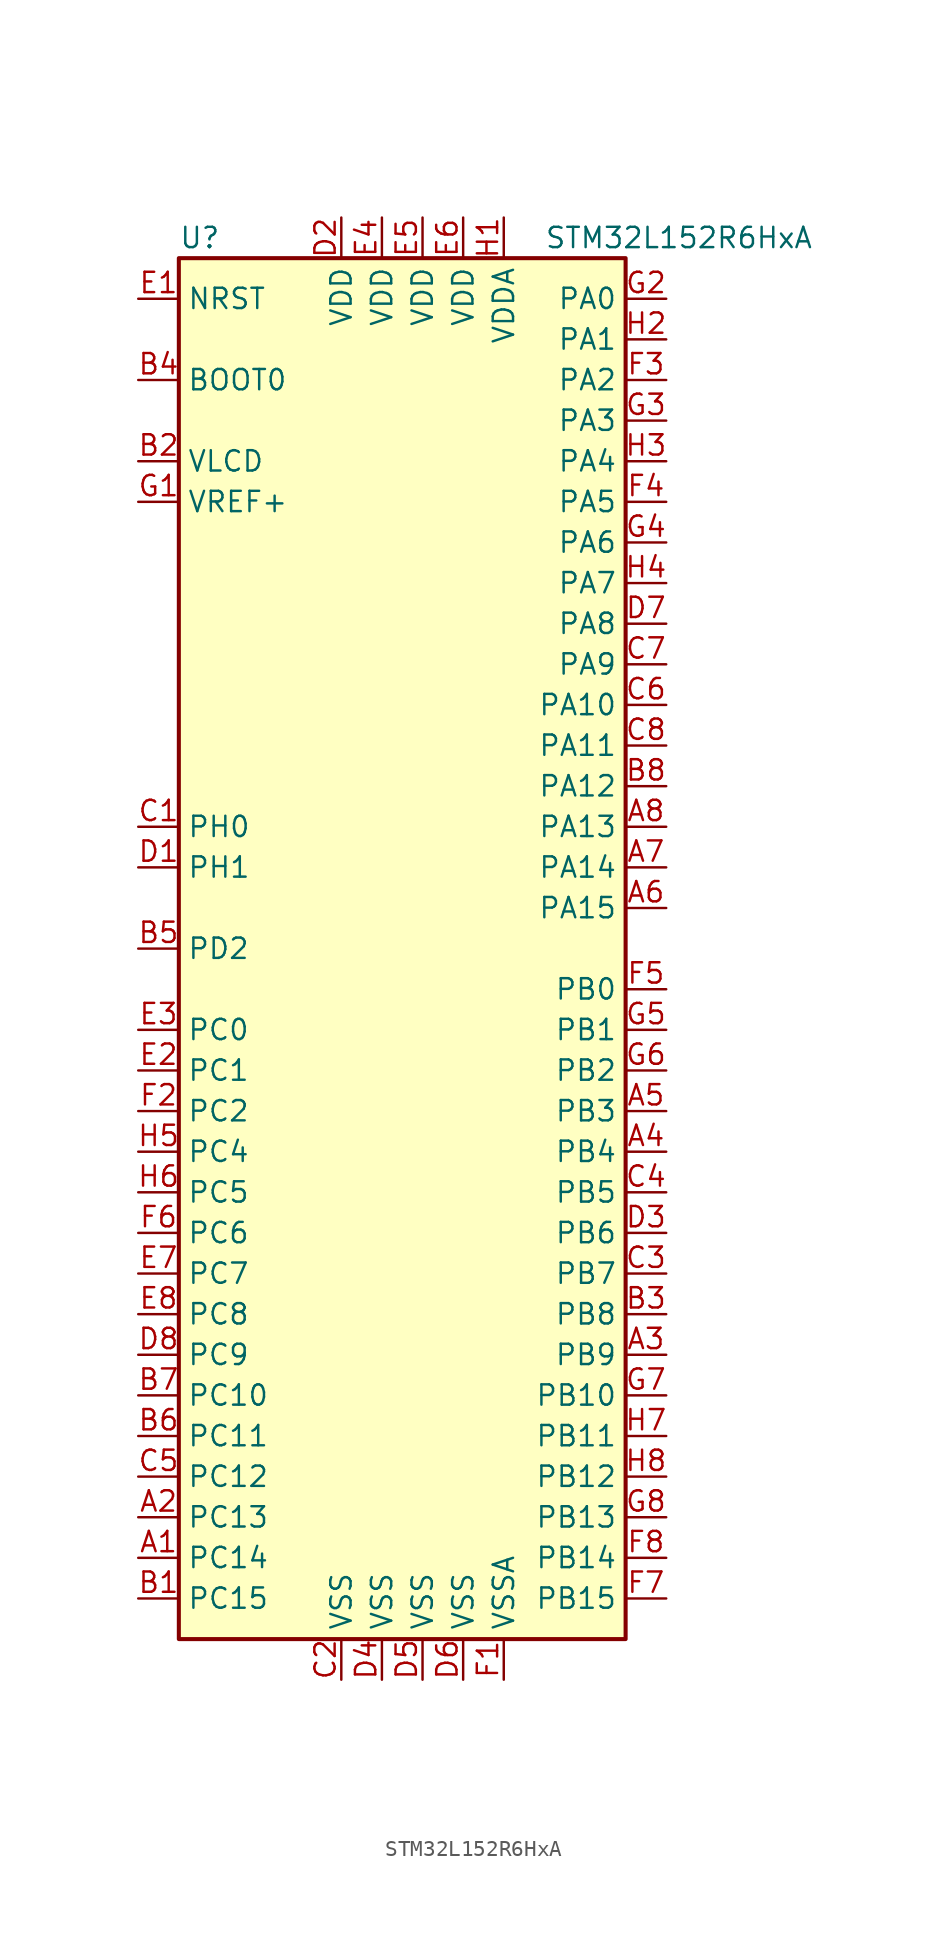
<source format=kicad_sym>
(kicad_symbol_lib
  (version 20201005)
  (generator kicad_symbol_editor)
  (symbol "STM32L152R6HxA"
    (property "Reference" "U"
      (at -15.24 44.45 0)
      (effects (font (size 1.27 1.27)) (justify left)))
    (property "Value" "STM32L152R6HxA"
      (at 7.62 44.45 0)
      (effects (font (size 1.27 1.27)) (justify left)))
    (symbol "STM32L152R6HxA_0_1"
      (rectangle (start -15.24 -43.18) (end 12.7 43.18) (stroke (width 0.254)) (fill (type background))))
    (symbol "STM32L152R6HxA_1_1"
      (pin bidirectional line (at -17.78 -38.1 0) (length 2.54) (name "PC14" (effects (font (size 1.27 1.27)))) (number "A1" (effects (font (size 1.27 1.27)))))
      (pin bidirectional line (at -17.78 -35.56 0) (length 2.54) (name "PC13" (effects (font (size 1.27 1.27)))) (number "A2" (effects (font (size 1.27 1.27)))))
      (pin bidirectional line (at 15.24 -25.4 180) (length 2.54) (name "PB9" (effects (font (size 1.27 1.27)))) (number "A3" (effects (font (size 1.27 1.27)))))
      (pin bidirectional line (at 15.24 -12.7 180) (length 2.54) (name "PB4" (effects (font (size 1.27 1.27)))) (number "A4" (effects (font (size 1.27 1.27)))))
      (pin bidirectional line (at 15.24 -10.16 180) (length 2.54) (name "PB3" (effects (font (size 1.27 1.27)))) (number "A5" (effects (font (size 1.27 1.27)))))
      (pin bidirectional line (at 15.24 2.54 180) (length 2.54) (name "PA15" (effects (font (size 1.27 1.27)))) (number "A6" (effects (font (size 1.27 1.27)))))
      (pin bidirectional line (at 15.24 5.08 180) (length 2.54) (name "PA14" (effects (font (size 1.27 1.27)))) (number "A7" (effects (font (size 1.27 1.27)))))
      (pin bidirectional line (at 15.24 7.62 180) (length 2.54) (name "PA13" (effects (font (size 1.27 1.27)))) (number "A8" (effects (font (size 1.27 1.27)))))
      (pin bidirectional line (at -17.78 -40.64 0) (length 2.54) (name "PC15" (effects (font (size 1.27 1.27)))) (number "B1" (effects (font (size 1.27 1.27)))))
      (pin power_in line (at -17.78 30.48 0) (length 2.54) (name "VLCD" (effects (font (size 1.27 1.27)))) (number "B2" (effects (font (size 1.27 1.27)))))
      (pin bidirectional line (at 15.24 -22.86 180) (length 2.54) (name "PB8" (effects (font (size 1.27 1.27)))) (number "B3" (effects (font (size 1.27 1.27)))))
      (pin input line (at -17.78 35.56 0) (length 2.54) (name "BOOT0" (effects (font (size 1.27 1.27)))) (number "B4" (effects (font (size 1.27 1.27)))))
      (pin bidirectional line (at -17.78 0 0) (length 2.54) (name "PD2" (effects (font (size 1.27 1.27)))) (number "B5" (effects (font (size 1.27 1.27)))))
      (pin bidirectional line (at -17.78 -30.48 0) (length 2.54) (name "PC11" (effects (font (size 1.27 1.27)))) (number "B6" (effects (font (size 1.27 1.27)))))
      (pin bidirectional line (at -17.78 -27.94 0) (length 2.54) (name "PC10" (effects (font (size 1.27 1.27)))) (number "B7" (effects (font (size 1.27 1.27)))))
      (pin bidirectional line (at 15.24 10.16 180) (length 2.54) (name "PA12" (effects (font (size 1.27 1.27)))) (number "B8" (effects (font (size 1.27 1.27)))))
      (pin input line (at -17.78 7.62 0) (length 2.54) (name "PH0" (effects (font (size 1.27 1.27)))) (number "C1" (effects (font (size 1.27 1.27)))))
      (pin power_in line (at -5.08 -45.72 90) (length 2.54) (name "VSS" (effects (font (size 1.27 1.27)))) (number "C2" (effects (font (size 1.27 1.27)))))
      (pin bidirectional line (at 15.24 -20.32 180) (length 2.54) (name "PB7" (effects (font (size 1.27 1.27)))) (number "C3" (effects (font (size 1.27 1.27)))))
      (pin bidirectional line (at 15.24 -15.24 180) (length 2.54) (name "PB5" (effects (font (size 1.27 1.27)))) (number "C4" (effects (font (size 1.27 1.27)))))
      (pin bidirectional line (at -17.78 -33.02 0) (length 2.54) (name "PC12" (effects (font (size 1.27 1.27)))) (number "C5" (effects (font (size 1.27 1.27)))))
      (pin bidirectional line (at 15.24 15.24 180) (length 2.54) (name "PA10" (effects (font (size 1.27 1.27)))) (number "C6" (effects (font (size 1.27 1.27)))))
      (pin bidirectional line (at 15.24 17.78 180) (length 2.54) (name "PA9" (effects (font (size 1.27 1.27)))) (number "C7" (effects (font (size 1.27 1.27)))))
      (pin bidirectional line (at 15.24 12.7 180) (length 2.54) (name "PA11" (effects (font (size 1.27 1.27)))) (number "C8" (effects (font (size 1.27 1.27)))))
      (pin input line (at -17.78 5.08 0) (length 2.54) (name "PH1" (effects (font (size 1.27 1.27)))) (number "D1" (effects (font (size 1.27 1.27)))))
      (pin power_in line (at -5.08 45.72 270) (length 2.54) (name "VDD" (effects (font (size 1.27 1.27)))) (number "D2" (effects (font (size 1.27 1.27)))))
      (pin bidirectional line (at 15.24 -17.78 180) (length 2.54) (name "PB6" (effects (font (size 1.27 1.27)))) (number "D3" (effects (font (size 1.27 1.27)))))
      (pin power_in line (at -2.54 -45.72 90) (length 2.54) (name "VSS" (effects (font (size 1.27 1.27)))) (number "D4" (effects (font (size 1.27 1.27)))))
      (pin power_in line (at 0 -45.72 90) (length 2.54) (name "VSS" (effects (font (size 1.27 1.27)))) (number "D5" (effects (font (size 1.27 1.27)))))
      (pin power_in line (at 2.54 -45.72 90) (length 2.54) (name "VSS" (effects (font (size 1.27 1.27)))) (number "D6" (effects (font (size 1.27 1.27)))))
      (pin bidirectional line (at 15.24 20.32 180) (length 2.54) (name "PA8" (effects (font (size 1.27 1.27)))) (number "D7" (effects (font (size 1.27 1.27)))))
      (pin bidirectional line (at -17.78 -25.4 0) (length 2.54) (name "PC9" (effects (font (size 1.27 1.27)))) (number "D8" (effects (font (size 1.27 1.27)))))
      (pin input line (at -17.78 40.64 0) (length 2.54) (name "NRST" (effects (font (size 1.27 1.27)))) (number "E1" (effects (font (size 1.27 1.27)))))
      (pin bidirectional line (at -17.78 -7.62 0) (length 2.54) (name "PC1" (effects (font (size 1.27 1.27)))) (number "E2" (effects (font (size 1.27 1.27)))))
      (pin bidirectional line (at -17.78 -5.08 0) (length 2.54) (name "PC0" (effects (font (size 1.27 1.27)))) (number "E3" (effects (font (size 1.27 1.27)))))
      (pin power_in line (at -2.54 45.72 270) (length 2.54) (name "VDD" (effects (font (size 1.27 1.27)))) (number "E4" (effects (font (size 1.27 1.27)))))
      (pin power_in line (at 0 45.72 270) (length 2.54) (name "VDD" (effects (font (size 1.27 1.27)))) (number "E5" (effects (font (size 1.27 1.27)))))
      (pin power_in line (at 2.54 45.72 270) (length 2.54) (name "VDD" (effects (font (size 1.27 1.27)))) (number "E6" (effects (font (size 1.27 1.27)))))
      (pin bidirectional line (at -17.78 -20.32 0) (length 2.54) (name "PC7" (effects (font (size 1.27 1.27)))) (number "E7" (effects (font (size 1.27 1.27)))))
      (pin bidirectional line (at -17.78 -22.86 0) (length 2.54) (name "PC8" (effects (font (size 1.27 1.27)))) (number "E8" (effects (font (size 1.27 1.27)))))
      (pin power_in line (at 5.08 -45.72 90) (length 2.54) (name "VSSA" (effects (font (size 1.27 1.27)))) (number "F1" (effects (font (size 1.27 1.27)))))
      (pin bidirectional line (at -17.78 -10.16 0) (length 2.54) (name "PC2" (effects (font (size 1.27 1.27)))) (number "F2" (effects (font (size 1.27 1.27)))))
      (pin bidirectional line (at 15.24 35.56 180) (length 2.54) (name "PA2" (effects (font (size 1.27 1.27)))) (number "F3" (effects (font (size 1.27 1.27)))))
      (pin bidirectional line (at 15.24 27.94 180) (length 2.54) (name "PA5" (effects (font (size 1.27 1.27)))) (number "F4" (effects (font (size 1.27 1.27)))))
      (pin bidirectional line (at 15.24 -2.54 180) (length 2.54) (name "PB0" (effects (font (size 1.27 1.27)))) (number "F5" (effects (font (size 1.27 1.27)))))
      (pin bidirectional line (at -17.78 -17.78 0) (length 2.54) (name "PC6" (effects (font (size 1.27 1.27)))) (number "F6" (effects (font (size 1.27 1.27)))))
      (pin bidirectional line (at 15.24 -40.64 180) (length 2.54) (name "PB15" (effects (font (size 1.27 1.27)))) (number "F7" (effects (font (size 1.27 1.27)))))
      (pin bidirectional line (at 15.24 -38.1 180) (length 2.54) (name "PB14" (effects (font (size 1.27 1.27)))) (number "F8" (effects (font (size 1.27 1.27)))))
      (pin power_in line (at -17.78 27.94 0) (length 2.54) (name "VREF+" (effects (font (size 1.27 1.27)))) (number "G1" (effects (font (size 1.27 1.27)))))
      (pin bidirectional line (at 15.24 40.64 180) (length 2.54) (name "PA0" (effects (font (size 1.27 1.27)))) (number "G2" (effects (font (size 1.27 1.27)))))
      (pin bidirectional line (at 15.24 33.02 180) (length 2.54) (name "PA3" (effects (font (size 1.27 1.27)))) (number "G3" (effects (font (size 1.27 1.27)))))
      (pin bidirectional line (at 15.24 25.4 180) (length 2.54) (name "PA6" (effects (font (size 1.27 1.27)))) (number "G4" (effects (font (size 1.27 1.27)))))
      (pin bidirectional line (at 15.24 -5.08 180) (length 2.54) (name "PB1" (effects (font (size 1.27 1.27)))) (number "G5" (effects (font (size 1.27 1.27)))))
      (pin bidirectional line (at 15.24 -7.62 180) (length 2.54) (name "PB2" (effects (font (size 1.27 1.27)))) (number "G6" (effects (font (size 1.27 1.27)))))
      (pin bidirectional line (at 15.24 -27.94 180) (length 2.54) (name "PB10" (effects (font (size 1.27 1.27)))) (number "G7" (effects (font (size 1.27 1.27)))))
      (pin bidirectional line (at 15.24 -35.56 180) (length 2.54) (name "PB13" (effects (font (size 1.27 1.27)))) (number "G8" (effects (font (size 1.27 1.27)))))
      (pin power_in line (at 5.08 45.72 270) (length 2.54) (name "VDDA" (effects (font (size 1.27 1.27)))) (number "H1" (effects (font (size 1.27 1.27)))))
      (pin bidirectional line (at 15.24 38.1 180) (length 2.54) (name "PA1" (effects (font (size 1.27 1.27)))) (number "H2" (effects (font (size 1.27 1.27)))))
      (pin bidirectional line (at 15.24 30.48 180) (length 2.54) (name "PA4" (effects (font (size 1.27 1.27)))) (number "H3" (effects (font (size 1.27 1.27)))))
      (pin bidirectional line (at 15.24 22.86 180) (length 2.54) (name "PA7" (effects (font (size 1.27 1.27)))) (number "H4" (effects (font (size 1.27 1.27)))))
      (pin bidirectional line (at -17.78 -12.7 0) (length 2.54) (name "PC4" (effects (font (size 1.27 1.27)))) (number "H5" (effects (font (size 1.27 1.27)))))
      (pin bidirectional line (at -17.78 -15.24 0) (length 2.54) (name "PC5" (effects (font (size 1.27 1.27)))) (number "H6" (effects (font (size 1.27 1.27)))))
      (pin bidirectional line (at 15.24 -30.48 180) (length 2.54) (name "PB11" (effects (font (size 1.27 1.27)))) (number "H7" (effects (font (size 1.27 1.27)))))
      (pin bidirectional line (at 15.24 -33.02 180) (length 2.54) (name "PB12" (effects (font (size 1.27 1.27)))) (number "H8" (effects (font (size 1.27 1.27))))))))
</source>
